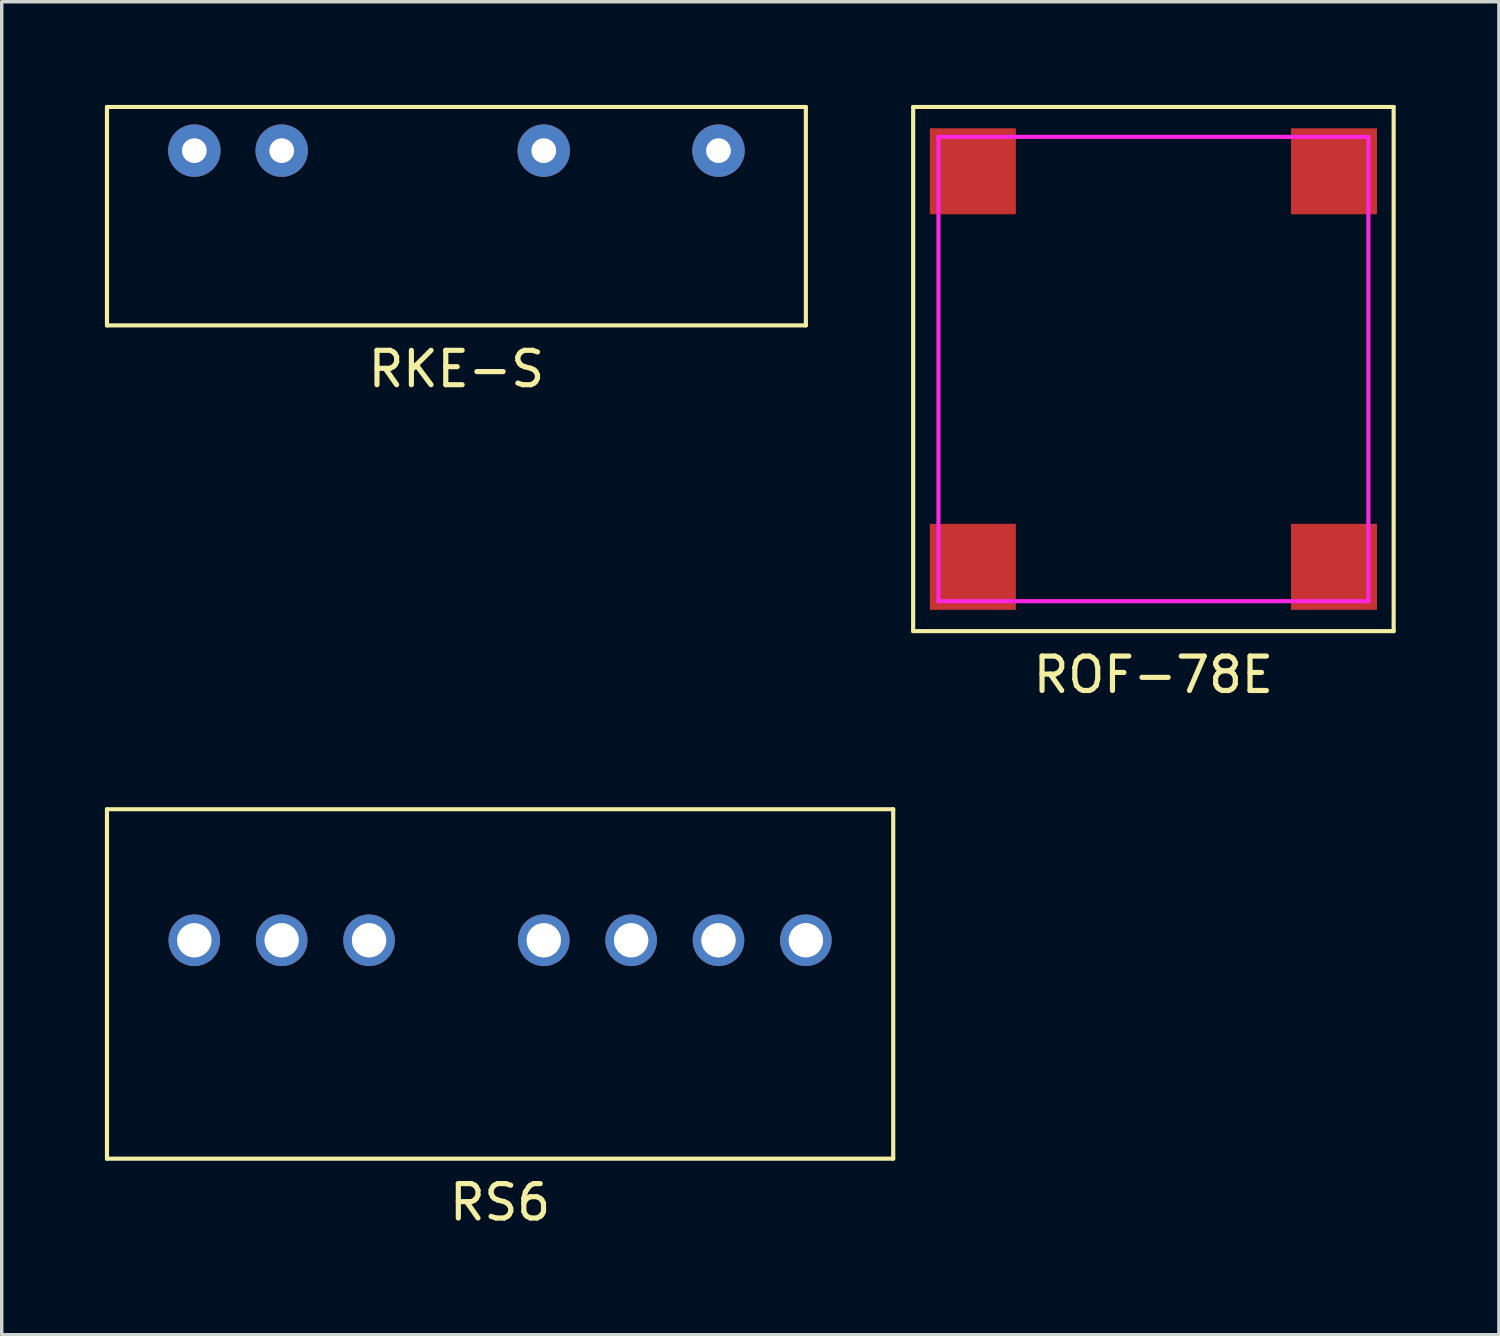
<source format=kicad_pcb>
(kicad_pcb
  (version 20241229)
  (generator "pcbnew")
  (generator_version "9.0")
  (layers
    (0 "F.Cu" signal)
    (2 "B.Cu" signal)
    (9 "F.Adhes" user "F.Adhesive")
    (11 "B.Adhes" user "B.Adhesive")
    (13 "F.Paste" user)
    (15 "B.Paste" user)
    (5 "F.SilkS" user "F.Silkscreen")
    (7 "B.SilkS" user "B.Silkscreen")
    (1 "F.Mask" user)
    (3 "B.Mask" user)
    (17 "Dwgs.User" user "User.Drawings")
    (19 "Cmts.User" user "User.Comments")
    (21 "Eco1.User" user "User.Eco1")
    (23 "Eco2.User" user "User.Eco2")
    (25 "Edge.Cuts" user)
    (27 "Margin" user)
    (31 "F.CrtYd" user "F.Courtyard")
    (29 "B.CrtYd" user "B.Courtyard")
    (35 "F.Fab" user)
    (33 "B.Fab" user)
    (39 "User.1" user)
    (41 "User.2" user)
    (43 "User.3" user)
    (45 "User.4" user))
  (footprint "ROF-78E"
    (layer "F.Cu")
    (at 30.485 7.68)
    (property "Reference" "ROF-78E" (at 0 8.89 0) (layer "F.SilkS") (effects (font (size 1 1) (thickness 0.15))))
    (attr through_hole)
    (fp_line (start -6.985 -7.62) (end -6.985 7.62) (stroke (width 0.12) (type solid)) (layer "F.SilkS"))
    (fp_line (start -6.985 7.62) (end 6.985 7.62) (stroke (width 0.12) (type solid)) (layer "F.SilkS"))
    (fp_line (start 6.985 -7.62) (end -6.985 -7.62) (stroke (width 0.12) (type solid)) (layer "F.SilkS"))
    (fp_line (start 6.985 7.62) (end 6.985 -7.62) (stroke (width 0.12) (type solid)) (layer "F.SilkS"))
    (fp_line (start -6.25 -6.75) (end -6.25 6.75) (stroke (width 0.12) (type solid)) (layer "F.CrtYd"))
    (fp_line (start -6.25 6.75) (end 6.25 6.75) (stroke (width 0.12) (type solid)) (layer "F.CrtYd"))
    (fp_line (start 6.25 -6.75) (end -6.25 -6.75) (stroke (width 0.12) (type solid)) (layer "F.CrtYd"))
    (fp_line (start 6.25 6.75) (end 6.25 -6.75) (stroke (width 0.12) (type solid)) (layer "F.CrtYd"))
    (pad "1" smd rect (at -5.25 -5.75) (size 2.5 2.5) (layers "F.Cu" "F.Mask" "F.Paste"))
    (pad "2" smd rect (at 5.25 -5.75) (size 2.5 2.5) (layers "F.Cu" "F.Mask" "F.Paste"))
    (pad "3" smd rect (at 5.25 5.75) (size 2.5 2.5) (layers "F.Cu" "F.Mask" "F.Paste"))
    (pad "4" smd rect (at -5.25 5.75) (size 2.5 2.5) (layers "F.Cu" "F.Mask" "F.Paste")))
  (footprint "RKE-S"
    (layer "F.Cu")
    (at 10.22 1.33)
    (property "Reference" "RKE-S" (at 0 6.35 0) (layer "F.SilkS") (effects (font (size 1 1) (thickness 0.15))))
    (attr through_hole)
    (fp_line (start -10.16 -1.27) (end 10.16 -1.27) (stroke (width 0.12) (type solid)) (layer "F.SilkS"))
    (fp_line (start -10.16 5.08) (end -10.16 -1.27) (stroke (width 0.12) (type solid)) (layer "F.SilkS"))
    (fp_line (start 10.16 -1.27) (end 10.16 5.08) (stroke (width 0.12) (type solid)) (layer "F.SilkS"))
    (fp_line (start 10.16 5.08) (end -10.16 5.08) (stroke (width 0.12) (type solid)) (layer "F.SilkS"))
    (pad "1" thru_hole circle (at -7.62 0) (size 1.524 1.524) (drill 0.719) (layers "*.Cu" "*.Mask"))
    (pad "2" thru_hole circle (at -5.08 0) (size 1.524 1.524) (drill 0.719) (layers "*.Cu" "*.Mask"))
    (pad "5" thru_hole circle (at 2.54 0) (size 1.524 1.524) (drill 0.719) (layers "*.Cu" "*.Mask"))
    (pad "7" thru_hole circle (at 7.62 0) (size 1.524 1.524) (drill 0.719) (layers "*.Cu" "*.Mask")))
  (footprint "RS6"
    (layer "F.Cu")
    (at 11.49 24.288)
    (property "Reference" "RS6" (at 0 7.62 0) (layer "F.SilkS") (effects (font (size 1 1) (thickness 0.15))))
    (attr through_hole)
    (fp_line (start -11.43 -3.81) (end -11.43 6.35) (stroke (width 0.12) (type solid)) (layer "F.SilkS"))
    (fp_line (start -11.43 6.35) (end 11.43 6.35) (stroke (width 0.12) (type solid)) (layer "F.SilkS"))
    (fp_line (start 11.43 -3.81) (end -11.43 -3.81) (stroke (width 0.12) (type solid)) (layer "F.SilkS"))
    (fp_line (start 11.43 6.35) (end 11.43 -3.81) (stroke (width 0.12) (type solid)) (layer "F.SilkS"))
    (pad "1" thru_hole circle (at -8.89 0) (size 1.5 1.5) (drill 1) (layers "*.Cu" "*.Mask"))
    (pad "2" thru_hole circle (at -6.35 0) (size 1.5 1.5) (drill 1) (layers "*.Cu" "*.Mask"))
    (pad "3" thru_hole circle (at -3.81 0) (size 1.5 1.5) (drill 1) (layers "*.Cu" "*.Mask"))
    (pad "5" thru_hole circle (at 1.27 0) (size 1.5 1.5) (drill 1) (layers "*.Cu" "*.Mask"))
    (pad "6" thru_hole circle (at 3.81 0) (size 1.5 1.5) (drill 1) (layers "*.Cu" "*.Mask"))
    (pad "7" thru_hole circle (at 6.35 0) (size 1.5 1.5) (drill 1) (layers "*.Cu" "*.Mask"))
    (pad "8" thru_hole circle (at 8.89 0) (size 1.5 1.5) (drill 1) (layers "*.Cu" "*.Mask")))
  (gr_rect
    (start -3 -3)
    (end 40.53 35.757)
    (stroke (width 0.1) (type default))
    (fill no)
    (layer "Edge.Cuts")))
</source>
